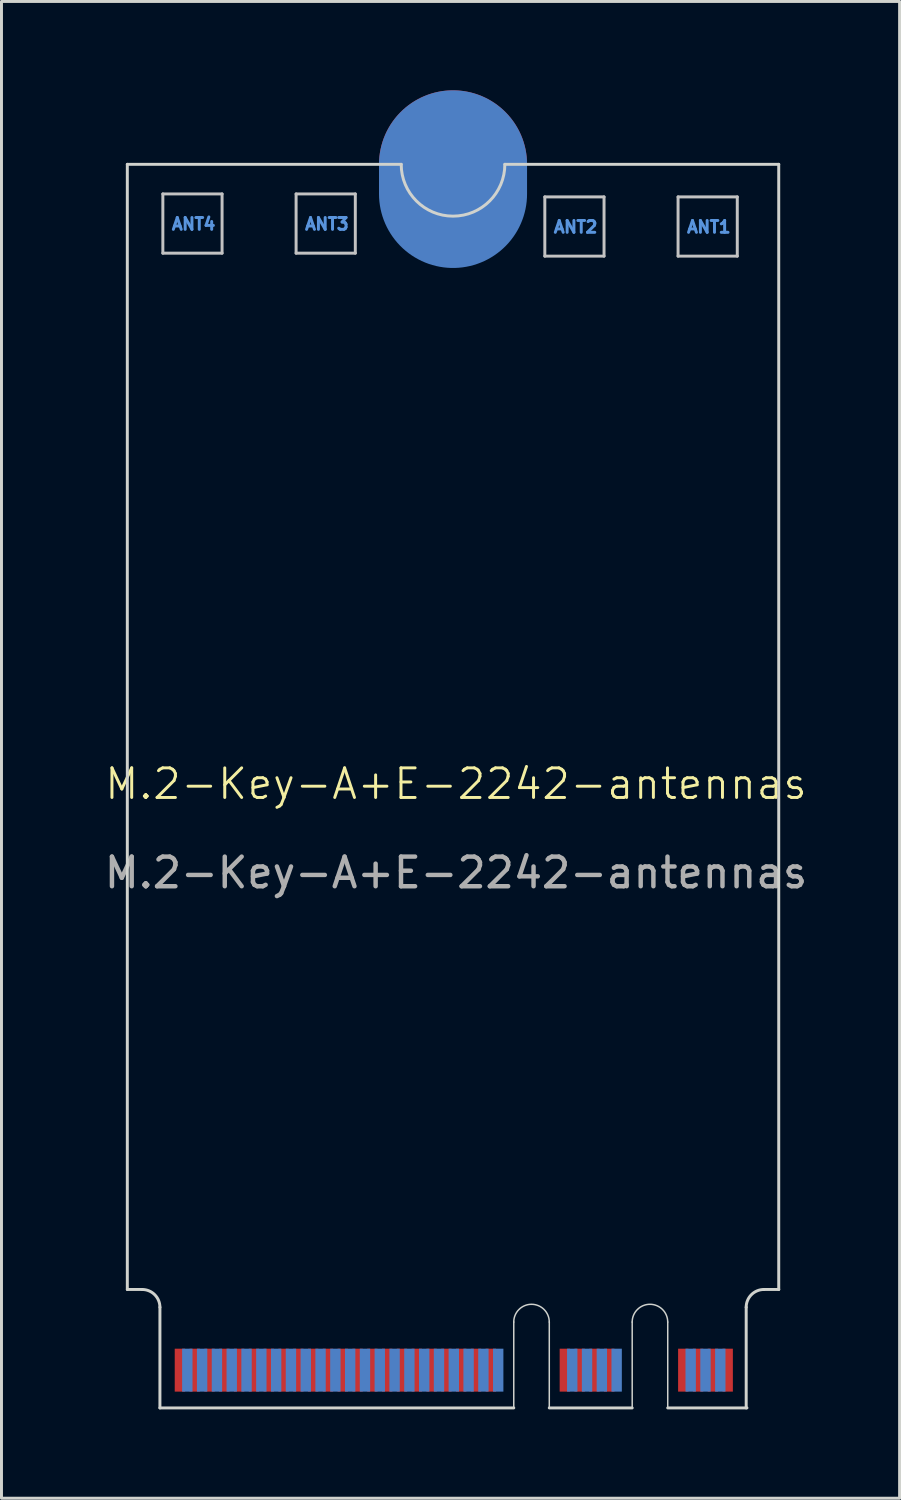
<source format=kicad_pcb>
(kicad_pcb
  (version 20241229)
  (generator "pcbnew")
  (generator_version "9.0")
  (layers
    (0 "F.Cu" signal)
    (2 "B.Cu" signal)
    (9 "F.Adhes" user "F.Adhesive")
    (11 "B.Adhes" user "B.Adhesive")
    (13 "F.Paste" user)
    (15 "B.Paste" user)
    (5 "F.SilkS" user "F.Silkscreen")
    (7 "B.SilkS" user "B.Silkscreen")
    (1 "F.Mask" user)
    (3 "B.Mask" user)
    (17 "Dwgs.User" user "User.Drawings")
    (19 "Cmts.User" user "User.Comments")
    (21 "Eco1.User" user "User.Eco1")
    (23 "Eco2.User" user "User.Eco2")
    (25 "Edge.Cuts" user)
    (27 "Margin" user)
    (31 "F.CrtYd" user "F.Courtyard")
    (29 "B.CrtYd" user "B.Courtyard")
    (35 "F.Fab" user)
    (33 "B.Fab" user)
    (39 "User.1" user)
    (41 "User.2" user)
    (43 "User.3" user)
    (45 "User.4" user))
  (footprint "M.2-Key-A+E-2242-antennas"
    (layer "F.Cu")
    (at 0.25 1.5)
    (property "Reference" "M.2-Key-A+E-2242-antennas" (at 12.1 21.925 0) (unlocked yes) (layer "F.SilkS") (effects (font (size 1 1) (thickness 0.1))))
    (attr smd)
    (fp_line (start 2.2 2) (end 2.2 4) (stroke (width 0.1) (type default)) (layer "Dwgs.User"))
    (fp_line (start 2.2 4) (end 4.2 4) (stroke (width 0.1) (type default)) (layer "Dwgs.User"))
    (fp_line (start 4.2 2) (end 2.2 2) (stroke (width 0.1) (type default)) (layer "Dwgs.User"))
    (fp_line (start 4.2 4) (end 4.2 2) (stroke (width 0.1) (type default)) (layer "Dwgs.User"))
    (fp_line (start 6.7 2) (end 8.7 2) (stroke (width 0.1) (type default)) (layer "Dwgs.User"))
    (fp_line (start 6.7 4) (end 6.7 2) (stroke (width 0.1) (type default)) (layer "Dwgs.User"))
    (fp_line (start 8.7 2) (end 8.7 4) (stroke (width 0.1) (type default)) (layer "Dwgs.User"))
    (fp_line (start 8.7 4) (end 6.7 4) (stroke (width 0.1) (type default)) (layer "Dwgs.User"))
    (fp_line (start 15.1 2.1) (end 17.1 2.1) (stroke (width 0.1) (type default)) (layer "Dwgs.User"))
    (fp_line (start 15.1 4.1) (end 15.1 2.1) (stroke (width 0.1) (type default)) (layer "Dwgs.User"))
    (fp_line (start 17.1 2.1) (end 17.1 4.1) (stroke (width 0.1) (type default)) (layer "Dwgs.User"))
    (fp_line (start 17.1 4.1) (end 15.1 4.1) (stroke (width 0.1) (type default)) (layer "Dwgs.User"))
    (fp_line (start 19.6 2.1) (end 21.6 2.1) (stroke (width 0.1) (type default)) (layer "Dwgs.User"))
    (fp_line (start 19.6 4.1) (end 19.6 2.1) (stroke (width 0.1) (type default)) (layer "Dwgs.User"))
    (fp_line (start 21.6 2.1) (end 21.6 4.1) (stroke (width 0.1) (type default)) (layer "Dwgs.User"))
    (fp_line (start 21.6 4.1) (end 19.6 4.1) (stroke (width 0.1) (type default)) (layer "Dwgs.User"))
    (fp_line (start 1 1) (end 1 39) (stroke (width 0.1) (type default)) (layer "Edge.Cuts"))
    (fp_line (start 1 1) (end 10.25 1) (stroke (width 0.1) (type default)) (layer "Edge.Cuts"))
    (fp_line (start 1.001 38.999) (end 1.501 38.999) (stroke (width 0.1) (type default)) (layer "Edge.Cuts"))
    (fp_line (start 2.101 39.599) (end 2.101 42.999) (stroke (width 0.1) (type default)) (layer "Edge.Cuts"))
    (fp_line (start 2.101 42.999) (end 14.051 42.999) (stroke (width 0.1) (type default)) (layer "Edge.Cuts"))
    (fp_line (start 14.051 42.999) (end 14.051 40.099) (stroke (width 0.05) (type default)) (layer "Edge.Cuts"))
    (fp_line (start 15.251 40.099) (end 15.251 42.999) (stroke (width 0.05) (type default)) (layer "Edge.Cuts"))
    (fp_line (start 15.251 42.999) (end 18.051 42.999) (stroke (width 0.1) (type default)) (layer "Edge.Cuts"))
    (fp_line (start 18.051 42.999) (end 18.051 40.099) (stroke (width 0.05) (type default)) (layer "Edge.Cuts"))
    (fp_line (start 19.251 40.099) (end 19.251 42.999) (stroke (width 0.05) (type default)) (layer "Edge.Cuts"))
    (fp_line (start 19.251 42.999) (end 21.926 42.999) (stroke (width 0.1) (type default)) (layer "Edge.Cuts"))
    (fp_line (start 21.901 39.599) (end 21.901 42.999) (stroke (width 0.1) (type default)) (layer "Edge.Cuts"))
    (fp_line (start 23 1) (end 13.75 1) (stroke (width 0.1) (type default)) (layer "Edge.Cuts"))
    (fp_line (start 23 1) (end 23 39) (stroke (width 0.1) (type default)) (layer "Edge.Cuts"))
    (fp_line (start 23.001 38.999) (end 22.501 38.999) (stroke (width 0.1) (type default)) (layer "Edge.Cuts"))
    (fp_arc (start 1.500736 38.999264) (mid 1.925 39.175) (end 2.100736 39.599264) (stroke (width 0.1) (type default)) (layer "Edge.Cuts"))
    (fp_arc (start 13.75 1) (mid 12 2.75) (end 10.25 1) (stroke (width 0.1) (type default)) (layer "Edge.Cuts"))
    (fp_arc (start 14.050736 40.099264) (mid 14.650736 39.499264) (end 15.250736 40.099264) (stroke (width 0.05) (type default)) (layer "Edge.Cuts"))
    (fp_arc (start 18.050736 40.099264) (mid 18.650736 39.499264) (end 19.250736 40.099264) (stroke (width 0.05) (type default)) (layer "Edge.Cuts"))
    (fp_arc (start 21.900736 39.599264) (mid 22.076472 39.175) (end 22.500736 38.999264) (stroke (width 0.1) (type default)) (layer "Edge.Cuts"))
    (fp_text user "ANT4" (at 2.45 3.25 0) (unlocked yes) (layer "Cmts.User") (effects (font (size 0.4 0.4) (thickness 0.1) (bold yes)) (justify left bottom)))
    (fp_text user "ANT2" (at 15.35 3.35 0) (unlocked yes) (layer "Cmts.User") (effects (font (size 0.4 0.4) (thickness 0.1) (bold yes)) (justify left bottom)))
    (fp_text user "ANT3" (at 6.95 3.25 0) (unlocked yes) (layer "Cmts.User") (effects (font (size 0.4 0.4) (thickness 0.1) (bold yes)) (justify left bottom)))
    (fp_text user "ANT1" (at 19.85 3.35 0) (unlocked yes) (layer "Cmts.User") (effects (font (size 0.4 0.4) (thickness 0.1) (bold yes)) (justify left bottom)))
    (fp_text user "${REFERENCE}" (at 12.1 24.925 0) (unlocked yes) (layer "F.Fab") (effects (font (size 1 1) (thickness 0.15))))
    (pad "1" connect rect (at 21.276 41.724) (size 0.35 1.45) (layers "F.Cu" "F.Mask"))
    (pad "2" connect rect (at 21.026 41.724) (size 0.35 1.45) (layers "B.Cu" "B.Mask"))
    (pad "3" connect rect (at 20.776 41.724) (size 0.35 1.45) (layers "F.Cu" "F.Mask"))
    (pad "4" connect rect (at 20.526 41.724) (size 0.35 1.45) (layers "B.Cu" "B.Mask"))
    (pad "5" connect rect (at 20.276 41.724) (size 0.35 1.45) (layers "F.Cu" "F.Mask"))
    (pad "6" connect rect (at 20.026 41.724) (size 0.35 1.45) (layers "B.Cu" "B.Mask"))
    (pad "7" connect rect (at 19.776 41.724) (size 0.35 1.45) (layers "F.Cu" "F.Mask"))
    (pad "16" connect rect (at 17.526 41.724) (size 0.35 1.45) (layers "B.Cu" "B.Mask"))
    (pad "17" connect rect (at 17.276 41.724) (size 0.35 1.45) (layers "F.Cu" "F.Mask"))
    (pad "18" connect rect (at 17.026 41.724) (size 0.35 1.45) (layers "B.Cu" "B.Mask"))
    (pad "19" connect rect (at 16.776 41.724) (size 0.35 1.45) (layers "F.Cu" "F.Mask"))
    (pad "20" connect rect (at 16.526 41.724) (size 0.35 1.45) (layers "B.Cu" "B.Mask"))
    (pad "21" connect rect (at 16.276 41.724) (size 0.35 1.45) (layers "F.Cu" "F.Mask"))
    (pad "22" connect rect (at 16.026 41.724) (size 0.35 1.45) (layers "B.Cu" "B.Mask"))
    (pad "23" connect rect (at 15.776 41.724) (size 0.35 1.45) (layers "F.Cu" "F.Mask"))
    (pad "32" connect rect (at 13.526 41.724) (size 0.35 1.45) (layers "B.Cu" "B.Mask"))
    (pad "33" connect rect (at 13.276 41.724) (size 0.35 1.45) (layers "F.Cu" "F.Mask"))
    (pad "34" connect rect (at 13.026 41.724) (size 0.35 1.45) (layers "B.Cu" "B.Mask"))
    (pad "35" connect rect (at 12.776 41.724) (size 0.35 1.45) (layers "F.Cu" "F.Mask"))
    (pad "36" connect rect (at 12.526 41.724) (size 0.35 1.45) (layers "B.Cu" "B.Mask"))
    (pad "37" connect rect (at 12.276 41.724) (size 0.35 1.45) (layers "F.Cu" "F.Mask"))
    (pad "38" connect rect (at 12.026 41.724) (size 0.35 1.45) (layers "B.Cu" "B.Mask"))
    (pad "39" connect rect (at 11.776 41.724) (size 0.35 1.45) (layers "F.Cu" "F.Mask"))
    (pad "40" connect rect (at 11.526 41.724) (size 0.35 1.45) (layers "B.Cu" "B.Mask"))
    (pad "41" connect rect (at 11.276 41.724) (size 0.35 1.45) (layers "F.Cu" "F.Mask"))
    (pad "42" connect rect (at 11.026 41.724) (size 0.35 1.45) (layers "B.Cu" "B.Mask"))
    (pad "43" connect rect (at 10.776 41.724) (size 0.35 1.45) (layers "F.Cu" "F.Mask"))
    (pad "44" connect rect (at 10.526 41.724) (size 0.35 1.45) (layers "B.Cu" "B.Mask"))
    (pad "45" connect rect (at 10.276 41.724) (size 0.35 1.45) (layers "F.Cu" "F.Mask"))
    (pad "46" connect rect (at 10.026 41.724) (size 0.35 1.45) (layers "B.Cu" "B.Mask"))
    (pad "47" connect rect (at 9.776 41.724) (size 0.35 1.45) (layers "F.Cu" "F.Mask"))
    (pad "48" connect rect (at 9.526 41.724) (size 0.35 1.45) (layers "B.Cu" "B.Mask"))
    (pad "49" connect rect (at 9.276 41.724) (size 0.35 1.45) (layers "F.Cu" "F.Mask"))
    (pad "50" connect rect (at 9.026 41.724) (size 0.35 1.45) (layers "B.Cu" "B.Mask"))
    (pad "51" connect rect (at 8.776 41.724) (size 0.35 1.45) (layers "F.Cu" "F.Mask"))
    (pad "52" connect rect (at 8.526 41.724) (size 0.35 1.45) (layers "B.Cu" "B.Mask"))
    (pad "53" connect rect (at 8.276 41.724) (size 0.35 1.45) (layers "F.Cu" "F.Mask"))
    (pad "54" connect rect (at 8.026 41.724) (size 0.35 1.45) (layers "B.Cu" "B.Mask"))
    (pad "55" connect rect (at 7.776 41.724) (size 0.35 1.45) (layers "F.Cu" "F.Mask"))
    (pad "56" connect rect (at 7.526 41.724) (size 0.35 1.45) (layers "B.Cu" "B.Mask"))
    (pad "57" connect rect (at 7.276 41.724) (size 0.35 1.45) (layers "F.Cu" "F.Mask"))
    (pad "58" connect rect (at 7.026 41.724) (size 0.35 1.45) (layers "B.Cu" "B.Mask"))
    (pad "59" connect rect (at 6.776 41.724) (size 0.35 1.45) (layers "F.Cu" "F.Mask"))
    (pad "60" connect rect (at 6.526 41.724) (size 0.35 1.45) (layers "B.Cu" "B.Mask"))
    (pad "61" connect rect (at 6.276 41.724) (size 0.35 1.45) (layers "F.Cu" "F.Mask"))
    (pad "62" connect rect (at 6.026 41.724) (size 0.35 1.45) (layers "B.Cu" "B.Mask"))
    (pad "63" connect rect (at 5.776 41.724) (size 0.35 1.45) (layers "F.Cu" "F.Mask"))
    (pad "64" connect rect (at 5.526 41.724) (size 0.35 1.45) (layers "B.Cu" "B.Mask"))
    (pad "65" connect rect (at 5.276 41.724) (size 0.35 1.45) (layers "F.Cu" "F.Mask"))
    (pad "66" connect rect (at 5.026 41.724) (size 0.35 1.45) (layers "B.Cu" "B.Mask"))
    (pad "67" connect rect (at 4.776 41.724) (size 0.35 1.45) (layers "F.Cu" "F.Mask"))
    (pad "68" connect rect (at 4.526 41.724) (size 0.35 1.45) (layers "B.Cu" "B.Mask"))
    (pad "69" connect rect (at 4.276 41.724) (size 0.35 1.45) (layers "F.Cu" "F.Mask"))
    (pad "70" connect rect (at 4.026 41.724) (size 0.35 1.45) (layers "B.Cu" "B.Mask"))
    (pad "71" connect rect (at 3.776 41.724) (size 0.35 1.45) (layers "F.Cu" "F.Mask"))
    (pad "72" connect rect (at 3.526 41.724) (size 0.35 1.45) (layers "B.Cu" "B.Mask"))
    (pad "73" connect rect (at 3.276 41.724) (size 0.35 1.45) (layers "F.Cu" "F.Mask"))
    (pad "74" connect rect (at 3.026 41.724) (size 0.35 1.45) (layers "B.Cu" "B.Mask"))
    (pad "75" connect rect (at 2.776 41.724) (size 0.35 1.45) (layers "F.Cu" "F.Mask"))
    (pad "76" connect circle (at 12 1) (size 5 5) (layers "F.Cu" "F.Mask"))
    (pad "76" connect oval (at 12 1.5) (size 5 6) (layers "B.Cu" "B.Mask"))
    (zone (net_name "") (layer "F.Cu") (name "TOP COMPONENT KEEPOUT") (hatch edge 0.5) (connect_pads) (min_thickness 0.25) (filled_areas_thickness no) (keepout (tracks allowed) (vias allowed) (pads allowed) (copperpour allowed) (footprints not_allowed)) (placement (enabled no)) (fill) (polygon (pts (xy 2.35 44.5) (xy 2.35 40.5) (xy 22.15 40.5) (xy 22.15 44.5))))
    (zone (net_name "") (layers "F.Cu" "B.Cu") (name "ANTENNAS") (hatch edge 0.5) (connect_pads) (min_thickness 0.25) (filled_areas_thickness no) (keepout (tracks allowed) (vias allowed) (pads not_allowed) (copperpour allowed) (footprints not_allowed)) (placement (enabled no)) (fill) (polygon (pts (xy 23.25 6.3) (xy 21.85 6.3) (xy 21.85 3.6) (xy 19.85 3.6) (xy 19.85 5.6) (xy 21.85 5.6) (xy 21.85 6.3) (xy 17.35 6.3) (xy 17.35 3.6) (xy 15.35 3.6) (xy 15.35 5.6) (xy 17.35 5.6) (xy 17.35 6.3) (xy 8.95 6.3) (xy 8.95 3.5) (xy 6.95 3.5) (xy 6.95 5.5) (xy 8.95 5.5) (xy 8.95 6.3) (xy 4.45 6.3) (xy 4.45 3.5) (xy 2.45 3.5) (xy 2.45 5.5) (xy 4.45 5.5) (xy 4.45 6.3) (xy 1.25 6.3) (xy 1.25 2.5) (xy 23.25 2.5))))
    (zone (net_name "") (layers "F.Cu" "Dwgs.User") (name "ANT4") (hatch edge 0.5) (connect_pads) (min_thickness 0.25) (filled_areas_thickness no) (keepout (tracks allowed) (vias allowed) (pads allowed) (copperpour not_allowed) (footprints allowed)) (placement (enabled no)) (fill) (polygon (pts (xy 2.45 3.5) (xy 4.45 3.5) (xy 4.45 5.5) (xy 2.45 5.5))))
    (zone (net_name "") (layers "F.Cu" "Dwgs.User") (name "ANT3") (hatch edge 0.5) (connect_pads) (min_thickness 0.25) (filled_areas_thickness no) (keepout (tracks allowed) (vias allowed) (pads allowed) (copperpour not_allowed) (footprints allowed)) (placement (enabled no)) (fill) (polygon (pts (xy 6.95 3.5) (xy 8.95 3.5) (xy 8.95 5.5) (xy 6.95 5.5))))
    (zone (net_name "") (layers "F.Cu" "Dwgs.User") (name "ANT2") (hatch edge 0.5) (connect_pads) (min_thickness 0.25) (filled_areas_thickness no) (keepout (tracks allowed) (vias allowed) (pads allowed) (copperpour not_allowed) (footprints allowed)) (placement (enabled no)) (fill) (polygon (pts (xy 15.35 3.6) (xy 17.35 3.6) (xy 17.35 5.6) (xy 15.35 5.6))))
    (zone (net_name "") (layers "F.Cu" "Dwgs.User") (name "ANT1") (hatch edge 0.5) (connect_pads) (min_thickness 0.25) (filled_areas_thickness no) (keepout (tracks allowed) (vias allowed) (pads allowed) (copperpour not_allowed) (footprints allowed)) (placement (enabled no)) (fill) (polygon (pts (xy 19.85 3.6) (xy 21.85 3.6) (xy 21.85 5.6) (xy 19.85 5.6))))
    (zone (net_name "") (layer "B.Cu") (name "BOTTOM COMPONENT KEEPOUT") (hatch edge 0.5) (connect_pads) (min_thickness 0.25) (filled_areas_thickness no) (keepout (tracks allowed) (vias allowed) (pads allowed) (copperpour allowed) (footprints not_allowed)) (placement (enabled no)) (fill) (polygon (pts (xy 2.35 44.5) (xy 22.15 44.5) (xy 22.15 40.5) (xy 23.25 40.5) (xy 23.25 39.3) (xy 1.25 39.3) (xy 1.25 40.5) (xy 2.35 40.5)))))
  (gr_rect
    (start -3 -3)
    (end 27.332 47.549)
    (stroke (width 0.1) (type default))
    (fill no)
    (layer "Edge.Cuts")))
</source>
